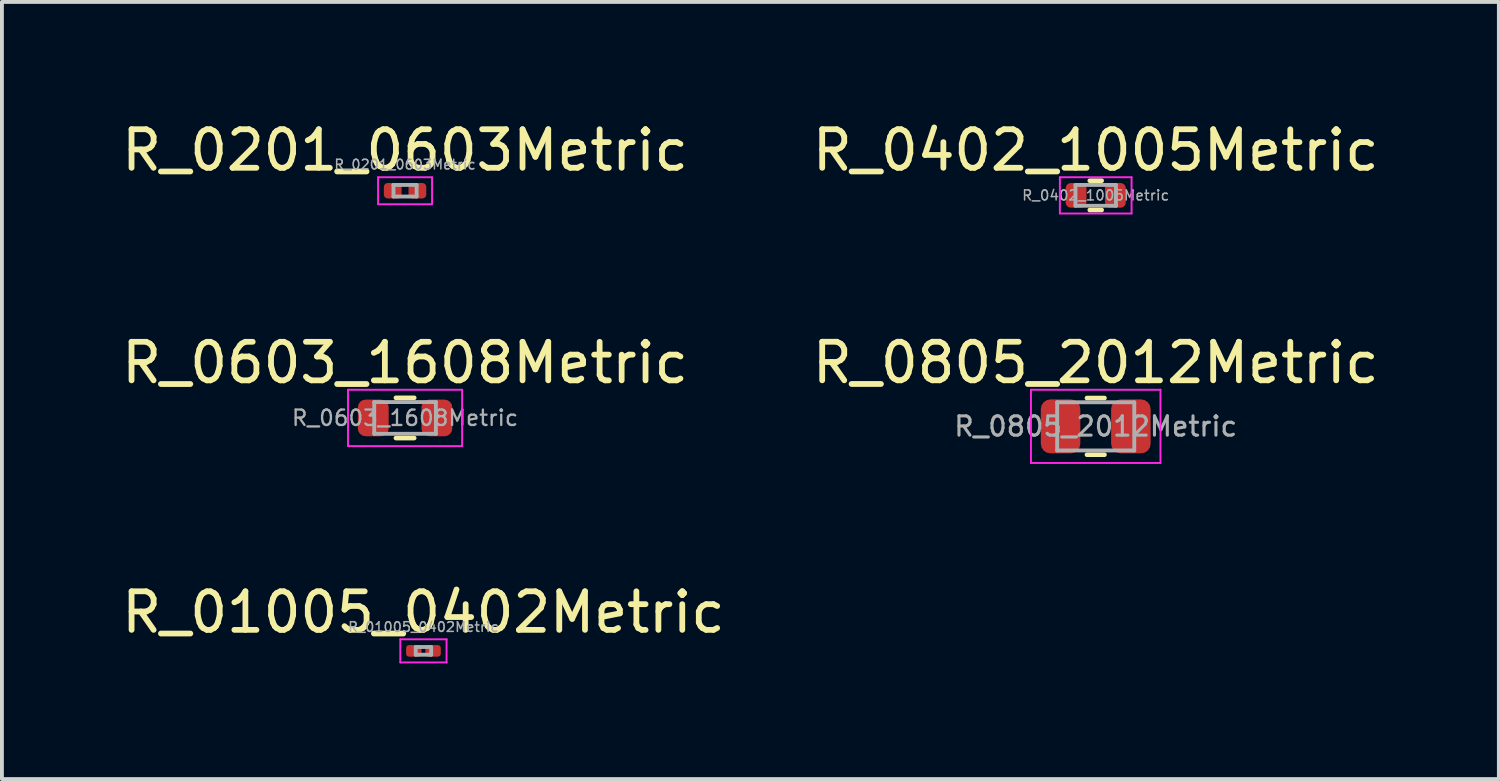
<source format=kicad_pcb>
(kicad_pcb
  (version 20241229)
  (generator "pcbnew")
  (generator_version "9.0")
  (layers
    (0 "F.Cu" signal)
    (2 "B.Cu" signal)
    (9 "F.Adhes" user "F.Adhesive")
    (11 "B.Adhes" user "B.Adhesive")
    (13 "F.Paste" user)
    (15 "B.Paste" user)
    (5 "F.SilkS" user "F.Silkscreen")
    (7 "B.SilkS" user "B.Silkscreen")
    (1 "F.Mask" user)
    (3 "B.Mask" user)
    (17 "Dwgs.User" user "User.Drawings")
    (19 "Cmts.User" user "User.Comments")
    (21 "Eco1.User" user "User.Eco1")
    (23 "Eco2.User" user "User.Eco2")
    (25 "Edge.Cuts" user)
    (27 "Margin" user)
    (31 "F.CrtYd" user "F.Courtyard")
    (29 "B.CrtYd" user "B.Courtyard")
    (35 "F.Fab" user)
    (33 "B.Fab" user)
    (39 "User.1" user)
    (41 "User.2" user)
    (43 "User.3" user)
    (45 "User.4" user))
  (footprint "R_0402_1005Metric"
    (layer "F.Cu")
    (at 25.375 2.018)
    (property "Reference" "R_0402_1005Metric" (at 0 -1.17 0) (layer "F.SilkS") (effects (font (size 1 1) (thickness 0.15))))
    (attr smd)
    (fp_line (start -0.154 -0.38) (end 0.154 -0.38) (stroke (width 0.12) (type solid)) (layer "F.SilkS"))
    (fp_line (start -0.154 0.38) (end 0.154 0.38) (stroke (width 0.12) (type solid)) (layer "F.SilkS"))
    (fp_line (start -0.93 -0.47) (end 0.93 -0.47) (stroke (width 0.05) (type solid)) (layer "F.CrtYd"))
    (fp_line (start -0.93 0.47) (end -0.93 -0.47) (stroke (width 0.05) (type solid)) (layer "F.CrtYd"))
    (fp_line (start 0.93 -0.47) (end 0.93 0.47) (stroke (width 0.05) (type solid)) (layer "F.CrtYd"))
    (fp_line (start 0.93 0.47) (end -0.93 0.47) (stroke (width 0.05) (type solid)) (layer "F.CrtYd"))
    (fp_line (start -0.525 -0.27) (end 0.525 -0.27) (stroke (width 0.1) (type solid)) (layer "F.Fab"))
    (fp_line (start -0.525 0.27) (end -0.525 -0.27) (stroke (width 0.1) (type solid)) (layer "F.Fab"))
    (fp_line (start 0.525 -0.27) (end 0.525 0.27) (stroke (width 0.1) (type solid)) (layer "F.Fab"))
    (fp_line (start 0.525 0.27) (end -0.525 0.27) (stroke (width 0.1) (type solid)) (layer "F.Fab"))
    (fp_text user "${REFERENCE}" (at 0 0 0) (layer "F.Fab") (effects (font (size 0.26 0.26) (thickness 0.04))))
    (pad "1" smd roundrect (at -0.51 0) (size 0.54 0.64) (layers "F.Cu" "F.Mask" "F.Paste") (roundrect_rratio 0.25))
    (pad "2" smd roundrect (at 0.51 0) (size 0.54 0.64) (layers "F.Cu" "F.Mask" "F.Paste") (roundrect_rratio 0.25)))
  (footprint "R_0603_1608Metric"
    (layer "F.Cu")
    (at 7.458 7.792)
    (property "Reference" "R_0603_1608Metric" (at 0 -1.43 0) (layer "F.SilkS") (effects (font (size 1 1) (thickness 0.15))))
    (attr smd)
    (fp_line (start -0.237 -0.522) (end 0.237 -0.522) (stroke (width 0.12) (type solid)) (layer "F.SilkS"))
    (fp_line (start -0.237 0.522) (end 0.237 0.522) (stroke (width 0.12) (type solid)) (layer "F.SilkS"))
    (fp_line (start -1.48 -0.73) (end 1.48 -0.73) (stroke (width 0.05) (type solid)) (layer "F.CrtYd"))
    (fp_line (start -1.48 0.73) (end -1.48 -0.73) (stroke (width 0.05) (type solid)) (layer "F.CrtYd"))
    (fp_line (start 1.48 -0.73) (end 1.48 0.73) (stroke (width 0.05) (type solid)) (layer "F.CrtYd"))
    (fp_line (start 1.48 0.73) (end -1.48 0.73) (stroke (width 0.05) (type solid)) (layer "F.CrtYd"))
    (fp_line (start -0.8 -0.412) (end 0.8 -0.412) (stroke (width 0.1) (type solid)) (layer "F.Fab"))
    (fp_line (start -0.8 0.412) (end -0.8 -0.412) (stroke (width 0.1) (type solid)) (layer "F.Fab"))
    (fp_line (start 0.8 -0.412) (end 0.8 0.412) (stroke (width 0.1) (type solid)) (layer "F.Fab"))
    (fp_line (start 0.8 0.412) (end -0.8 0.412) (stroke (width 0.1) (type solid)) (layer "F.Fab"))
    (fp_text user "${REFERENCE}" (at 0 0 0) (layer "F.Fab") (effects (font (size 0.4 0.4) (thickness 0.06))))
    (pad "1" smd roundrect (at -0.825 0) (size 0.8 0.95) (layers "F.Cu" "F.Mask" "F.Paste") (roundrect_rratio 0.25))
    (pad "2" smd roundrect (at 0.825 0) (size 0.8 0.95) (layers "F.Cu" "F.Mask" "F.Paste") (roundrect_rratio 0.25)))
  (footprint "R_01005_0402Metric"
    (layer "F.Cu")
    (at 7.935 13.835)
    (property "Reference" "R_01005_0402Metric" (at 0 -1 0) (layer "F.SilkS") (effects (font (size 1 1) (thickness 0.15))))
    (attr smd)
    (fp_line (start -0.6 -0.3) (end 0.6 -0.3) (stroke (width 0.05) (type solid)) (layer "F.CrtYd"))
    (fp_line (start -0.6 0.3) (end -0.6 -0.3) (stroke (width 0.05) (type solid)) (layer "F.CrtYd"))
    (fp_line (start 0.6 -0.3) (end 0.6 0.3) (stroke (width 0.05) (type solid)) (layer "F.CrtYd"))
    (fp_line (start 0.6 0.3) (end -0.6 0.3) (stroke (width 0.05) (type solid)) (layer "F.CrtYd"))
    (fp_line (start -0.2 -0.1) (end 0.2 -0.1) (stroke (width 0.1) (type solid)) (layer "F.Fab"))
    (fp_line (start -0.2 0.1) (end -0.2 -0.1) (stroke (width 0.1) (type solid)) (layer "F.Fab"))
    (fp_line (start 0.2 -0.1) (end 0.2 0.1) (stroke (width 0.1) (type solid)) (layer "F.Fab"))
    (fp_line (start 0.2 0.1) (end -0.2 0.1) (stroke (width 0.1) (type solid)) (layer "F.Fab"))
    (fp_text user "${REFERENCE}" (at 0 -0.62 0) (layer "F.Fab") (effects (font (size 0.25 0.25) (thickness 0.04))))
    (pad "" smd roundrect (at -0.275 0) (size 0.27 0.27) (layers "F.Paste") (roundrect_rratio 0.25))
    (pad "" smd roundrect (at 0.275 0) (size 0.27 0.27) (layers "F.Paste") (roundrect_rratio 0.25))
    (pad "1" smd roundrect (at -0.25 0) (size 0.4 0.3) (layers "F.Cu" "F.Mask") (roundrect_rratio 0.25))
    (pad "2" smd roundrect (at 0.25 0) (size 0.4 0.3) (layers "F.Cu" "F.Mask") (roundrect_rratio 0.25)))
  (footprint "R_0201_0603Metric"
    (layer "F.Cu")
    (at 7.458 1.898)
    (property "Reference" "R_0201_0603Metric" (at 0 -1.05 0) (layer "F.SilkS") (effects (font (size 1 1) (thickness 0.15))))
    (attr smd)
    (fp_line (start -0.7 -0.35) (end 0.7 -0.35) (stroke (width 0.05) (type solid)) (layer "F.CrtYd"))
    (fp_line (start -0.7 0.35) (end -0.7 -0.35) (stroke (width 0.05) (type solid)) (layer "F.CrtYd"))
    (fp_line (start 0.7 -0.35) (end 0.7 0.35) (stroke (width 0.05) (type solid)) (layer "F.CrtYd"))
    (fp_line (start 0.7 0.35) (end -0.7 0.35) (stroke (width 0.05) (type solid)) (layer "F.CrtYd"))
    (fp_line (start -0.3 -0.15) (end 0.3 -0.15) (stroke (width 0.1) (type solid)) (layer "F.Fab"))
    (fp_line (start -0.3 0.15) (end -0.3 -0.15) (stroke (width 0.1) (type solid)) (layer "F.Fab"))
    (fp_line (start 0.3 -0.15) (end 0.3 0.15) (stroke (width 0.1) (type solid)) (layer "F.Fab"))
    (fp_line (start 0.3 0.15) (end -0.3 0.15) (stroke (width 0.1) (type solid)) (layer "F.Fab"))
    (fp_text user "${REFERENCE}" (at 0 -0.68 0) (layer "F.Fab") (effects (font (size 0.25 0.25) (thickness 0.04))))
    (pad "" smd roundrect (at -0.345 0) (size 0.318 0.36) (layers "F.Paste") (roundrect_rratio 0.25))
    (pad "" smd roundrect (at 0.345 0) (size 0.318 0.36) (layers "F.Paste") (roundrect_rratio 0.25))
    (pad "1" smd roundrect (at -0.32 0) (size 0.46 0.4) (layers "F.Cu" "F.Mask") (roundrect_rratio 0.25))
    (pad "2" smd roundrect (at 0.32 0) (size 0.46 0.4) (layers "F.Cu" "F.Mask") (roundrect_rratio 0.25)))
  (footprint "R_0805_2012Metric"
    (layer "F.Cu")
    (at 25.375 8.011)
    (property "Reference" "R_0805_2012Metric" (at 0 -1.65 0) (layer "F.SilkS") (effects (font (size 1 1) (thickness 0.15))))
    (attr smd)
    (fp_line (start -0.227 -0.735) (end 0.227 -0.735) (stroke (width 0.12) (type solid)) (layer "F.SilkS"))
    (fp_line (start -0.227 0.735) (end 0.227 0.735) (stroke (width 0.12) (type solid)) (layer "F.SilkS"))
    (fp_line (start -1.68 -0.95) (end 1.68 -0.95) (stroke (width 0.05) (type solid)) (layer "F.CrtYd"))
    (fp_line (start -1.68 0.95) (end -1.68 -0.95) (stroke (width 0.05) (type solid)) (layer "F.CrtYd"))
    (fp_line (start 1.68 -0.95) (end 1.68 0.95) (stroke (width 0.05) (type solid)) (layer "F.CrtYd"))
    (fp_line (start 1.68 0.95) (end -1.68 0.95) (stroke (width 0.05) (type solid)) (layer "F.CrtYd"))
    (fp_line (start -1 -0.625) (end 1 -0.625) (stroke (width 0.1) (type solid)) (layer "F.Fab"))
    (fp_line (start -1 0.625) (end -1 -0.625) (stroke (width 0.1) (type solid)) (layer "F.Fab"))
    (fp_line (start 1 -0.625) (end 1 0.625) (stroke (width 0.1) (type solid)) (layer "F.Fab"))
    (fp_line (start 1 0.625) (end -1 0.625) (stroke (width 0.1) (type solid)) (layer "F.Fab"))
    (fp_text user "${REFERENCE}" (at 0 0 0) (layer "F.Fab") (effects (font (size 0.5 0.5) (thickness 0.08))))
    (pad "1" smd roundrect (at -0.912 0) (size 1.025 1.4) (layers "F.Cu" "F.Mask" "F.Paste") (roundrect_rratio 0.244))
    (pad "2" smd roundrect (at 0.912 0) (size 1.025 1.4) (layers "F.Cu" "F.Mask" "F.Paste") (roundrect_rratio 0.244)))
  (gr_rect
    (start -3 -3)
    (end 35.833 17.16)
    (stroke (width 0.1) (type default))
    (fill no)
    (layer "Edge.Cuts")))
</source>
